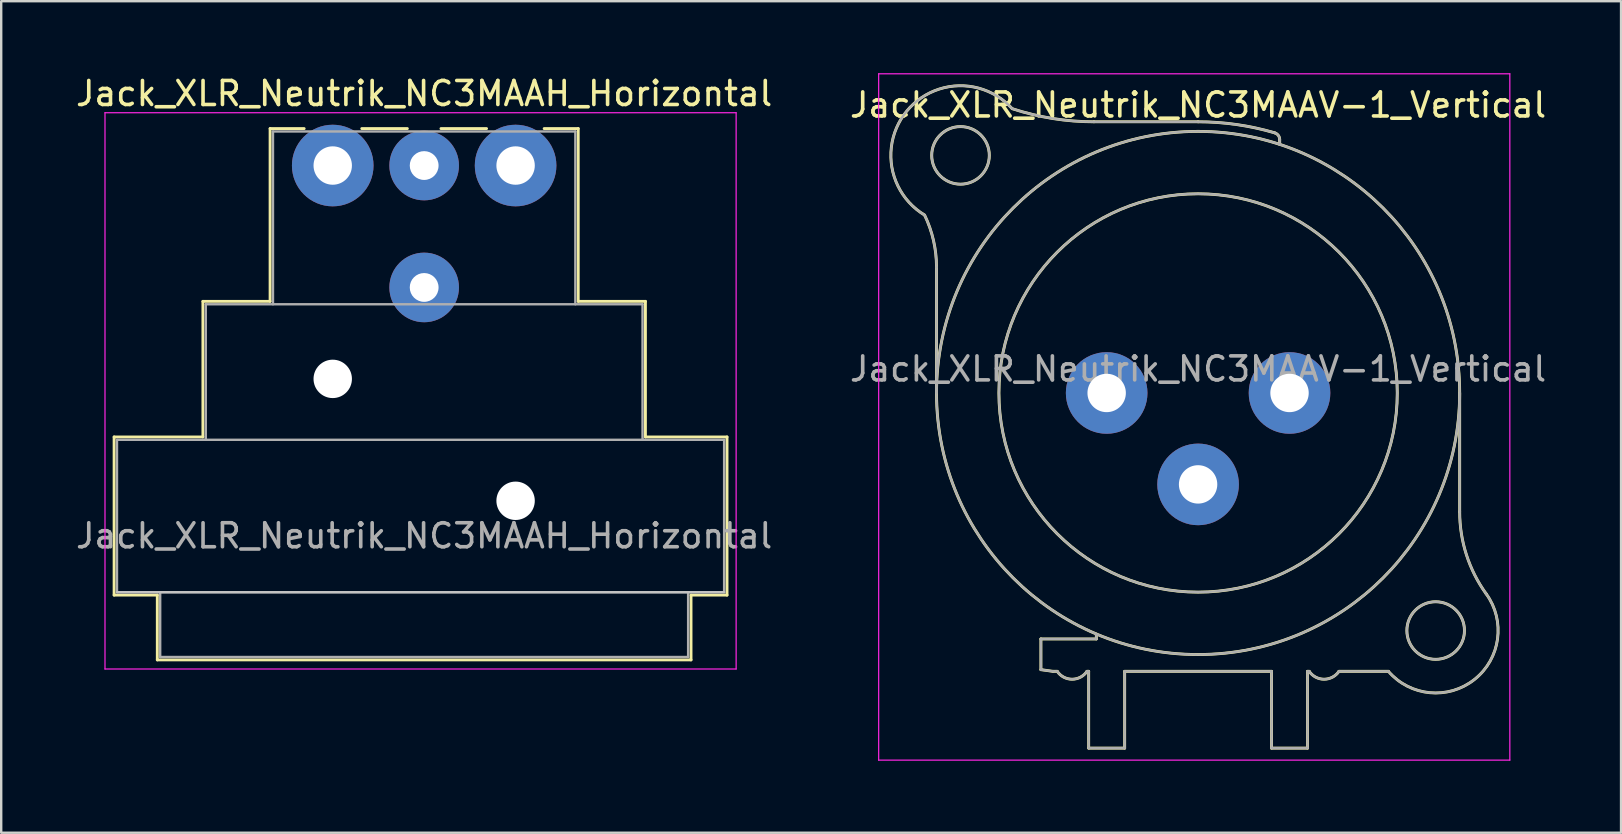
<source format=kicad_pcb>
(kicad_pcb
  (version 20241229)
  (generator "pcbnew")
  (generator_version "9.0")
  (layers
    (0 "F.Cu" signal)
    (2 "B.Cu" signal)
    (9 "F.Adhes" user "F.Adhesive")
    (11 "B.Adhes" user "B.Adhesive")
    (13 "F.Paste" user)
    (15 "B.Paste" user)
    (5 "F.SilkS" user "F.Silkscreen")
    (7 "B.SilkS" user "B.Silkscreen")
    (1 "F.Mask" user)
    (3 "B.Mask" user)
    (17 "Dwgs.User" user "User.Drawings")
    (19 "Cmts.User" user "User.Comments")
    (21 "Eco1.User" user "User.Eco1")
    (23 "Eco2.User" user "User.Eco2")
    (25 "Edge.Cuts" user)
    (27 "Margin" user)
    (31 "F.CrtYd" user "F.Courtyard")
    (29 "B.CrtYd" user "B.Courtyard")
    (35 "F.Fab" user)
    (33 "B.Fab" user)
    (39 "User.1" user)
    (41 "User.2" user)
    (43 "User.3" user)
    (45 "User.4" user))
  (footprint "Jack_XLR_Neutrik_NC3MAAH_Horizontal"
    (layer "F.Cu")
    (at 10.815 3.848)
    (property "Reference" "Jack_XLR_Neutrik_NC3MAAH_Horizontal" (at 3.81 -3 0) (layer "F.SilkS") (effects (font (size 1 1) (thickness 0.15))))
    (attr through_hole)
    (fp_line (start -9.11 11.31) (end -5.41 11.31) (stroke (width 0.12) (type solid)) (layer "F.SilkS"))
    (fp_line (start -9.11 17.9) (end -9.11 11.31) (stroke (width 0.12) (type solid)) (layer "F.SilkS"))
    (fp_line (start -7.31 17.9) (end -9.11 17.9) (stroke (width 0.12) (type solid)) (layer "F.SilkS"))
    (fp_line (start -7.31 17.9) (end -7.31 20.6) (stroke (width 0.12) (type solid)) (layer "F.SilkS"))
    (fp_line (start -5.41 11.31) (end -5.41 5.66) (stroke (width 0.12) (type solid)) (layer "F.SilkS"))
    (fp_line (start -2.61 5.66) (end -5.41 5.66) (stroke (width 0.12) (type solid)) (layer "F.SilkS"))
    (fp_line (start -2.61 5.66) (end -2.61 -1.54) (stroke (width 0.12) (type solid)) (layer "F.SilkS"))
    (fp_line (start -1.19 -1.54) (end -2.61 -1.54) (stroke (width 0.12) (type solid)) (layer "F.SilkS"))
    (fp_line (start 3.11 -1.54) (end 1.21 -1.54) (stroke (width 0.12) (type solid)) (layer "F.SilkS"))
    (fp_line (start 4.51 -1.54) (end 6.41 -1.54) (stroke (width 0.12) (type solid)) (layer "F.SilkS"))
    (fp_line (start 10.23 -1.54) (end 8.81 -1.54) (stroke (width 0.12) (type solid)) (layer "F.SilkS"))
    (fp_line (start 10.23 5.66) (end 10.23 -1.54) (stroke (width 0.12) (type solid)) (layer "F.SilkS"))
    (fp_line (start 10.23 5.66) (end 13.03 5.66) (stroke (width 0.12) (type solid)) (layer "F.SilkS"))
    (fp_line (start 13.03 11.31) (end 13.03 5.66) (stroke (width 0.12) (type solid)) (layer "F.SilkS"))
    (fp_line (start 13.03 11.31) (end 16.43 11.31) (stroke (width 0.12) (type solid)) (layer "F.SilkS"))
    (fp_line (start 14.93 17.9) (end 14.93 20.6) (stroke (width 0.12) (type solid)) (layer "F.SilkS"))
    (fp_line (start 14.93 20.6) (end -7.31 20.6) (stroke (width 0.12) (type solid)) (layer "F.SilkS"))
    (fp_line (start 16.43 17.9) (end 14.93 17.9) (stroke (width 0.12) (type solid)) (layer "F.SilkS"))
    (fp_line (start 16.43 17.9) (end 16.43 11.31) (stroke (width 0.12) (type solid)) (layer "F.SilkS"))
    (fp_line (start 16.31 17.78) (end -8.99 17.78) (stroke (width 0.1) (type solid)) (layer "Dwgs.User"))
    (fp_line (start -9.49 20.98) (end -9.49 -2.2) (stroke (width 0.05) (type solid)) (layer "F.CrtYd"))
    (fp_line (start 16.81 -2.2) (end -9.49 -2.2) (stroke (width 0.05) (type solid)) (layer "F.CrtYd"))
    (fp_line (start 16.81 20.98) (end -9.49 20.98) (stroke (width 0.05) (type solid)) (layer "F.CrtYd"))
    (fp_line (start 16.81 20.98) (end 16.81 -2.2) (stroke (width 0.05) (type solid)) (layer "F.CrtYd"))
    (fp_line (start -8.99 11.43) (end 16.31 11.43) (stroke (width 0.1) (type solid)) (layer "F.Fab"))
    (fp_line (start -8.99 17.78) (end -8.99 11.43) (stroke (width 0.1) (type solid)) (layer "F.Fab"))
    (fp_line (start -7.19 20.48) (end -7.19 17.78) (stroke (width 0.1) (type solid)) (layer "F.Fab"))
    (fp_line (start -5.29 5.78) (end -5.29 11.43) (stroke (width 0.1) (type solid)) (layer "F.Fab"))
    (fp_line (start -5.29 5.78) (end 12.91 5.78) (stroke (width 0.1) (type solid)) (layer "F.Fab"))
    (fp_line (start -2.49 5.78) (end -2.49 -1.42) (stroke (width 0.1) (type solid)) (layer "F.Fab"))
    (fp_line (start 10.11 -1.42) (end -2.49 -1.42) (stroke (width 0.1) (type solid)) (layer "F.Fab"))
    (fp_line (start 10.11 5.78) (end 10.11 -1.42) (stroke (width 0.1) (type solid)) (layer "F.Fab"))
    (fp_line (start 12.91 11.43) (end 12.91 5.78) (stroke (width 0.1) (type solid)) (layer "F.Fab"))
    (fp_line (start 14.81 17.78) (end 14.81 20.48) (stroke (width 0.1) (type solid)) (layer "F.Fab"))
    (fp_line (start 14.81 20.48) (end -7.19 20.48) (stroke (width 0.1) (type solid)) (layer "F.Fab"))
    (fp_line (start 16.31 11.43) (end 16.31 17.78) (stroke (width 0.1) (type solid)) (layer "F.Fab"))
    (fp_line (start 16.31 17.78) (end -8.99 17.78) (stroke (width 0.1) (type solid)) (layer "F.Fab"))
    (fp_text user "${REFERENCE}" (at 3.81 15.43 0) (layer "F.Fab") (effects (font (size 1 1) (thickness 0.15))))
    (pad "" np_thru_hole circle (at 0 8.89) (size 1.6 1.6) (drill 1.6) (layers "*.Cu" "*.Mask"))
    (pad "" np_thru_hole circle (at 7.62 13.97) (size 1.6 1.6) (drill 1.6) (layers "*.Cu" "*.Mask"))
    (pad "1" thru_hole circle (at 0 0) (size 3.4 3.4) (drill 1.6) (layers "*.Cu" "*.Mask"))
    (pad "2" thru_hole circle (at 7.62 0) (size 3.4 3.4) (drill 1.6) (layers "*.Cu" "*.Mask"))
    (pad "3" thru_hole circle (at 3.81 0) (size 2.9 2.9) (drill 1.2) (layers "*.Cu" "*.Mask"))
    (pad "G" thru_hole circle (at 3.81 5.08) (size 2.9 2.9) (drill 1.2) (layers "*.Cu" "*.Mask")))
  (footprint "Jack_XLR_Neutrik_NC3MAAV-1_Vertical"
    (layer "F.Cu")
    (at 43.065 13.325)
    (property "Reference" "Jack_XLR_Neutrik_NC3MAAV-1_Vertical" (at 3.81 -12 0) (layer "F.SilkS") (effects (font (size 1 1) (thickness 0.15))))
    (attr through_hole)
    (fp_line (start -7.09 -5.24) (end -7.09 0) (stroke (width 0.12) (type solid)) (layer "F.SilkS"))
    (fp_line (start -2.74 11.53) (end -2.74 10.25) (stroke (width 0.12) (type solid)) (layer "F.SilkS"))
    (fp_line (start -2.74 11.53) (end -2.24 11.6) (stroke (width 0.12) (type solid)) (layer "F.SilkS"))
    (fp_line (start -2.24 11.6) (end -2.06 11.6) (stroke (width 0.12) (type solid)) (layer "F.SilkS"))
    (fp_line (start -0.75 11.6) (end -0.82 11.6) (stroke (width 0.12) (type solid)) (layer "F.SilkS"))
    (fp_line (start -0.75 11.6) (end -0.75 14.8) (stroke (width 0.12) (type solid)) (layer "F.SilkS"))
    (fp_line (start -0.43 10.25) (end -2.74 10.25) (stroke (width 0.12) (type solid)) (layer "F.SilkS"))
    (fp_line (start -0.43 10.25) (end -0.43 10.05) (stroke (width 0.12) (type solid)) (layer "F.SilkS"))
    (fp_line (start 0.75 11.6) (end 0.75 14.8) (stroke (width 0.12) (type solid)) (layer "F.SilkS"))
    (fp_line (start 0.75 11.6) (end 6.87 11.6) (stroke (width 0.12) (type solid)) (layer "F.SilkS"))
    (fp_line (start 0.75 14.8) (end -0.75 14.8) (stroke (width 0.12) (type solid)) (layer "F.SilkS"))
    (fp_line (start 3.81 -11.3) (end -0.53 -11.3) (stroke (width 0.12) (type solid)) (layer "F.SilkS"))
    (fp_line (start 6.87 11.6) (end 6.87 14.8) (stroke (width 0.12) (type solid)) (layer "F.SilkS"))
    (fp_line (start 7.21 -10.36) (end 7.21 -10.55) (stroke (width 0.12) (type solid)) (layer "F.SilkS"))
    (fp_line (start 8.37 11.6) (end 8.37 14.8) (stroke (width 0.12) (type solid)) (layer "F.SilkS"))
    (fp_line (start 8.37 11.6) (end 8.44 11.6) (stroke (width 0.12) (type solid)) (layer "F.SilkS"))
    (fp_line (start 8.37 14.8) (end 6.87 14.8) (stroke (width 0.12) (type solid)) (layer "F.SilkS"))
    (fp_line (start 9.68 11.6) (end 11.74 11.6) (stroke (width 0.12) (type solid)) (layer "F.SilkS"))
    (fp_line (start 14.71 4.95) (end 14.71 0) (stroke (width 0.12) (type solid)) (layer "F.SilkS"))
    (fp_arc (start -7.588965 -7.414421) (mid -8.331551 -11.74403) (end -3.94 -11.85) (stroke (width 0.12) (type solid)) (layer "F.SilkS"))
    (fp_arc (start -7.584615 -7.408295) (mid -7.215222 -6.351997) (end -7.09 -5.24) (stroke (width 0.12) (type solid)) (layer "F.SilkS"))
    (fp_arc (start -0.820521 11.600769) (mid -1.440464 11.928866) (end -2.06 11.6) (stroke (width 0.12) (type solid)) (layer "F.SilkS"))
    (fp_arc (start -0.53 -11.3) (mid -2.253923 -11.43719) (end -3.934451 -11.845305) (stroke (width 0.12) (type solid)) (layer "F.SilkS"))
    (fp_arc (start 3.81 -11.3) (mid 5.421707 -11.184471) (end 7.000458 -10.840248) (stroke (width 0.12) (type solid)) (layer "F.SilkS"))
    (fp_arc (start 7.004232 -10.837678) (mid 7.156013 -10.728814) (end 7.21 -10.55) (stroke (width 0.12) (type solid)) (layer "F.SilkS"))
    (fp_arc (start 9.679479 11.600769) (mid 9.059536 11.928866) (end 8.44 11.6) (stroke (width 0.12) (type solid)) (layer "F.SilkS"))
    (fp_arc (start 15.815277 8.372002) (mid 14.993173 6.748036) (end 14.71 4.95) (stroke (width 0.12) (type solid)) (layer "F.SilkS"))
    (fp_arc (start 15.815343 8.370807) (mid 15.326014 11.93946) (end 11.74 11.6) (stroke (width 0.12) (type solid)) (layer "F.SilkS"))
    (fp_circle (center -6.09 -9.9) (end -4.89 -9.9) (stroke (width 0.12) (type solid)) (fill no) (layer "F.SilkS"))
    (fp_circle (center 3.81 0) (end 12.11 0) (stroke (width 0.12) (type solid)) (fill no) (layer "F.SilkS"))
    (fp_circle (center 3.81 0) (end 14.71 0) (stroke (width 0.12) (type solid)) (fill no) (layer "F.SilkS"))
    (fp_circle (center 13.71 9.9) (end 14.91 9.9) (stroke (width 0.12) (type solid)) (fill no) (layer "F.SilkS"))
    (fp_line (start -9.5 -13.3) (end 16.8 -13.3) (stroke (width 0.05) (type solid)) (layer "F.CrtYd"))
    (fp_line (start -9.5 15.3) (end -9.5 -13.3) (stroke (width 0.05) (type solid)) (layer "F.CrtYd"))
    (fp_line (start 16.8 -13.3) (end 16.8 15.3) (stroke (width 0.05) (type solid)) (layer "F.CrtYd"))
    (fp_line (start 16.8 15.3) (end -9.5 15.3) (stroke (width 0.05) (type solid)) (layer "F.CrtYd"))
    (fp_line (start -7.09 -5.24) (end -7.09 0) (stroke (width 0.1) (type solid)) (layer "F.Fab"))
    (fp_line (start -2.74 11.53) (end -2.74 10.25) (stroke (width 0.1) (type solid)) (layer "F.Fab"))
    (fp_line (start -2.74 11.53) (end -2.24 11.6) (stroke (width 0.1) (type solid)) (layer "F.Fab"))
    (fp_line (start -2.24 11.6) (end -2.06 11.6) (stroke (width 0.1) (type solid)) (layer "F.Fab"))
    (fp_line (start -0.75 11.6) (end -0.82 11.6) (stroke (width 0.1) (type solid)) (layer "F.Fab"))
    (fp_line (start -0.75 11.6) (end -0.75 14.8) (stroke (width 0.1) (type solid)) (layer "F.Fab"))
    (fp_line (start -0.43 10.25) (end -2.74 10.25) (stroke (width 0.1) (type solid)) (layer "F.Fab"))
    (fp_line (start -0.43 10.25) (end -0.43 10.05) (stroke (width 0.1) (type solid)) (layer "F.Fab"))
    (fp_line (start 0.75 11.6) (end 0.75 14.8) (stroke (width 0.1) (type solid)) (layer "F.Fab"))
    (fp_line (start 0.75 11.6) (end 6.87 11.6) (stroke (width 0.1) (type solid)) (layer "F.Fab"))
    (fp_line (start 0.75 14.8) (end -0.75 14.8) (stroke (width 0.1) (type solid)) (layer "F.Fab"))
    (fp_line (start 3.81 -11.3) (end -0.53 -11.3) (stroke (width 0.1) (type solid)) (layer "F.Fab"))
    (fp_line (start 6.87 11.6) (end 6.87 14.8) (stroke (width 0.1) (type solid)) (layer "F.Fab"))
    (fp_line (start 7.21 -10.36) (end 7.21 -10.55) (stroke (width 0.1) (type solid)) (layer "F.Fab"))
    (fp_line (start 8.37 11.6) (end 8.37 14.8) (stroke (width 0.1) (type solid)) (layer "F.Fab"))
    (fp_line (start 8.37 11.6) (end 8.44 11.6) (stroke (width 0.1) (type solid)) (layer "F.Fab"))
    (fp_line (start 8.37 14.8) (end 6.87 14.8) (stroke (width 0.1) (type solid)) (layer "F.Fab"))
    (fp_line (start 9.68 11.6) (end 11.74 11.6) (stroke (width 0.1) (type solid)) (layer "F.Fab"))
    (fp_line (start 14.71 4.95) (end 14.71 0) (stroke (width 0.1) (type solid)) (layer "F.Fab"))
    (fp_arc (start -7.588965 -7.414421) (mid -8.331551 -11.74403) (end -3.94 -11.85) (stroke (width 0.1) (type solid)) (layer "F.Fab"))
    (fp_arc (start -7.584615 -7.408295) (mid -7.215222 -6.351997) (end -7.09 -5.24) (stroke (width 0.1) (type solid)) (layer "F.Fab"))
    (fp_arc (start -0.820521 11.600769) (mid -1.440464 11.928866) (end -2.06 11.6) (stroke (width 0.1) (type solid)) (layer "F.Fab"))
    (fp_arc (start -0.53 -11.3) (mid -2.253923 -11.43719) (end -3.934451 -11.845305) (stroke (width 0.1) (type solid)) (layer "F.Fab"))
    (fp_arc (start 3.81 -11.3) (mid 5.421707 -11.184471) (end 7.000458 -10.840248) (stroke (width 0.1) (type solid)) (layer "F.Fab"))
    (fp_arc (start 7.004232 -10.837678) (mid 7.156013 -10.728814) (end 7.21 -10.55) (stroke (width 0.1) (type solid)) (layer "F.Fab"))
    (fp_arc (start 9.679479 11.600769) (mid 9.059536 11.928866) (end 8.44 11.6) (stroke (width 0.1) (type solid)) (layer "F.Fab"))
    (fp_arc (start 15.815277 8.372002) (mid 14.993173 6.748036) (end 14.71 4.95) (stroke (width 0.1) (type solid)) (layer "F.Fab"))
    (fp_arc (start 15.815343 8.370807) (mid 15.326014 11.93946) (end 11.74 11.6) (stroke (width 0.1) (type solid)) (layer "F.Fab"))
    (fp_circle (center -6.09 -9.9) (end -4.89 -9.9) (stroke (width 0.1) (type solid)) (fill no) (layer "F.Fab"))
    (fp_circle (center 3.81 0) (end 12.11 0) (stroke (width 0.1) (type solid)) (fill no) (layer "F.Fab"))
    (fp_circle (center 3.81 0) (end 14.71 0) (stroke (width 0.1) (type solid)) (fill no) (layer "F.Fab"))
    (fp_circle (center 13.71 9.9) (end 14.91 9.9) (stroke (width 0.1) (type solid)) (fill no) (layer "F.Fab"))
    (fp_text user "${REFERENCE}" (at 3.81 -1 0) (layer "F.Fab") (effects (font (size 1 1) (thickness 0.15))))
    (pad "1" thru_hole circle (at 0 0) (size 3.4 3.4) (drill 1.6) (layers "*.Cu" "*.Mask"))
    (pad "2" thru_hole circle (at 7.62 0) (size 3.4 3.4) (drill 1.6) (layers "*.Cu" "*.Mask"))
    (pad "3" thru_hole circle (at 3.81 3.81) (size 3.4 3.4) (drill 1.6) (layers "*.Cu" "*.Mask")))
  (gr_rect
    (start -3 -3)
    (end 64.5 31.65)
    (stroke (width 0.1) (type default))
    (fill no)
    (layer "Edge.Cuts")))
</source>
